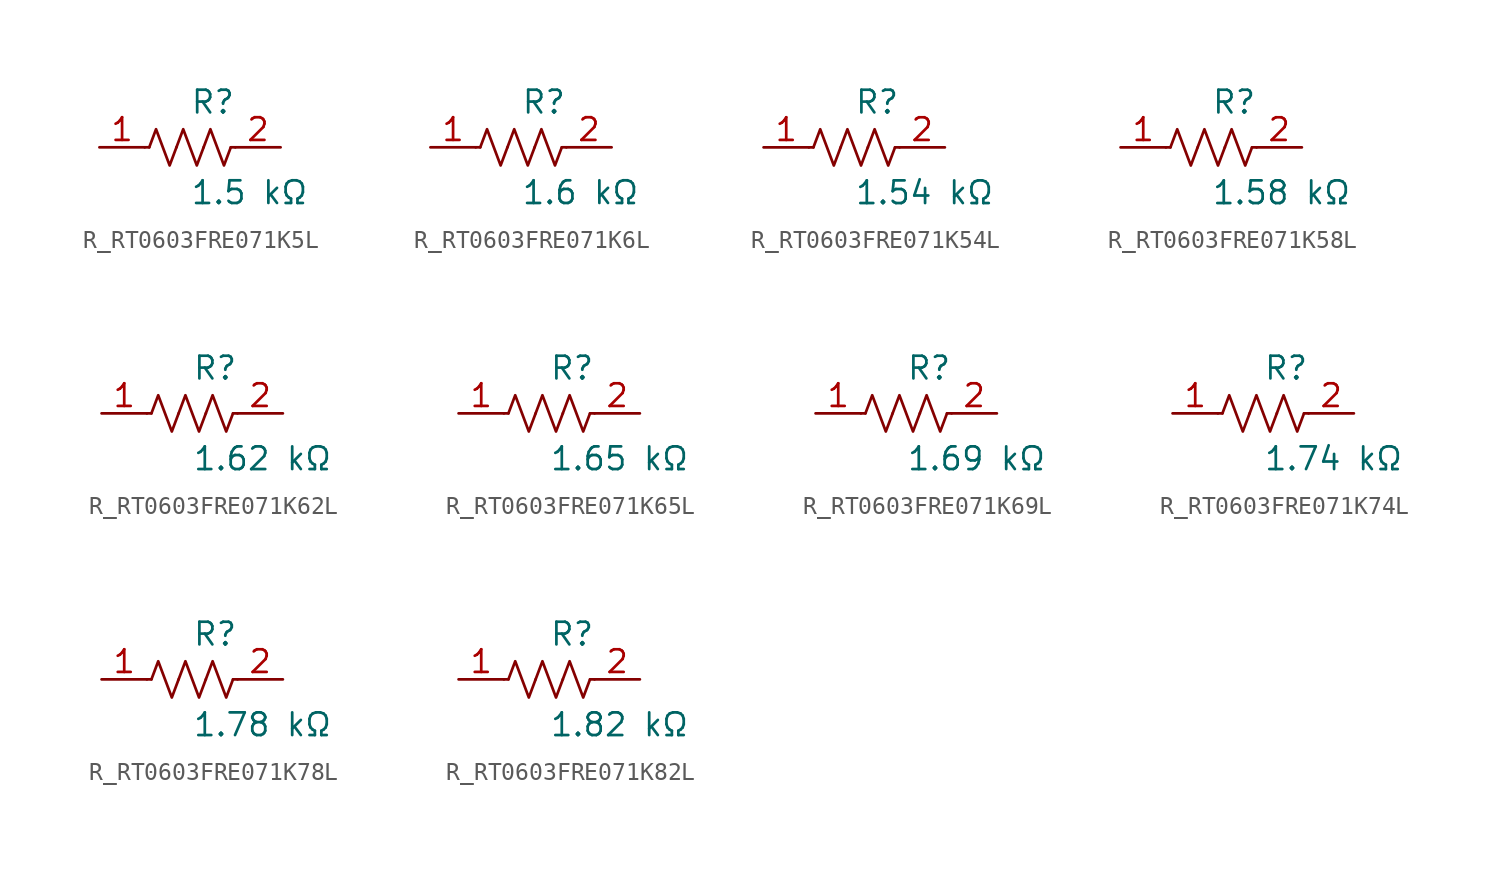
<source format=kicad_sym>
(kicad_symbol_lib
  (version 20231120)
  (generator kicad_symbol_editor)
  (generator_version 8.0)
  (symbol "R_RT0603FRE071K5L"
    (pin_names
      (offset 0.254))
    (property "Reference" "R"
      (at 0.0 2.54 0)
      (effects (font (size 1.27 1.27)) (justify left)))
    (property "Value" "1.5 kΩ"
      (at 0.0 -2.54 0)
      (effects (font (size 1.27 1.27)) (justify left)))
    (symbol "R_RT0603FRE071K5L_0_1"
      (polyline (pts (xy 2.286 0) (xy 2.54 0)) (stroke (width 0) (type default)) (fill (type none)))
      (polyline (pts (xy -2.286 0) (xy -2.54 0)) (stroke (width 0) (type default)) (fill (type none)))
      (polyline (pts (xy 0.762 0) (xy 1.143 1.016) (xy 1.524 0) (xy 1.905 -1.016) (xy 2.286 0)) (stroke (width 0) (type default)) (fill (type none)))
      (polyline (pts (xy -0.762 0) (xy -0.381 1.016) (xy 0 0) (xy 0.381 -1.016) (xy 0.762 0)) (stroke (width 0) (type default)) (fill (type none)))
      (polyline (pts (xy -2.286 0) (xy -1.905 1.016) (xy -1.524 0) (xy -1.143 -1.016) (xy -0.762 0)) (stroke (width 0) (type default)) (fill (type none))))
    (pin unspecified line
      (at -5.08 0 0)
      (length 2.54)
      (name "" (effects (font (size 1.27 1.27))))
      (number "1" (effects (font (size 1.27 1.27)))))
    (pin unspecified line
      (at 5.08 0 180)
      (length 2.54)
      (name "" (effects (font (size 1.27 1.27))))
      (number "2" (effects (font (size 1.27 1.27))))))
  (symbol "R_RT0603FRE071K6L"
    (pin_names
      (offset 0.254))
    (property "Reference" "R"
      (at 0.0 2.54 0)
      (effects (font (size 1.27 1.27)) (justify left)))
    (property "Value" "1.6 kΩ"
      (at 0.0 -2.54 0)
      (effects (font (size 1.27 1.27)) (justify left)))
    (symbol "R_RT0603FRE071K6L_0_1"
      (polyline (pts (xy 2.286 0) (xy 2.54 0)) (stroke (width 0) (type default)) (fill (type none)))
      (polyline (pts (xy -2.286 0) (xy -2.54 0)) (stroke (width 0) (type default)) (fill (type none)))
      (polyline (pts (xy 0.762 0) (xy 1.143 1.016) (xy 1.524 0) (xy 1.905 -1.016) (xy 2.286 0)) (stroke (width 0) (type default)) (fill (type none)))
      (polyline (pts (xy -0.762 0) (xy -0.381 1.016) (xy 0 0) (xy 0.381 -1.016) (xy 0.762 0)) (stroke (width 0) (type default)) (fill (type none)))
      (polyline (pts (xy -2.286 0) (xy -1.905 1.016) (xy -1.524 0) (xy -1.143 -1.016) (xy -0.762 0)) (stroke (width 0) (type default)) (fill (type none))))
    (pin unspecified line
      (at -5.08 0 0)
      (length 2.54)
      (name "" (effects (font (size 1.27 1.27))))
      (number "1" (effects (font (size 1.27 1.27)))))
    (pin unspecified line
      (at 5.08 0 180)
      (length 2.54)
      (name "" (effects (font (size 1.27 1.27))))
      (number "2" (effects (font (size 1.27 1.27))))))
  (symbol "R_RT0603FRE071K54L"
    (pin_names
      (offset 0.254))
    (property "Reference" "R"
      (at 0.0 2.54 0)
      (effects (font (size 1.27 1.27)) (justify left)))
    (property "Value" "1.54 kΩ"
      (at 0.0 -2.54 0)
      (effects (font (size 1.27 1.27)) (justify left)))
    (symbol "R_RT0603FRE071K54L_0_1"
      (polyline (pts (xy 2.286 0) (xy 2.54 0)) (stroke (width 0) (type default)) (fill (type none)))
      (polyline (pts (xy -2.286 0) (xy -2.54 0)) (stroke (width 0) (type default)) (fill (type none)))
      (polyline (pts (xy 0.762 0) (xy 1.143 1.016) (xy 1.524 0) (xy 1.905 -1.016) (xy 2.286 0)) (stroke (width 0) (type default)) (fill (type none)))
      (polyline (pts (xy -0.762 0) (xy -0.381 1.016) (xy 0 0) (xy 0.381 -1.016) (xy 0.762 0)) (stroke (width 0) (type default)) (fill (type none)))
      (polyline (pts (xy -2.286 0) (xy -1.905 1.016) (xy -1.524 0) (xy -1.143 -1.016) (xy -0.762 0)) (stroke (width 0) (type default)) (fill (type none))))
    (pin unspecified line
      (at -5.08 0 0)
      (length 2.54)
      (name "" (effects (font (size 1.27 1.27))))
      (number "1" (effects (font (size 1.27 1.27)))))
    (pin unspecified line
      (at 5.08 0 180)
      (length 2.54)
      (name "" (effects (font (size 1.27 1.27))))
      (number "2" (effects (font (size 1.27 1.27))))))
  (symbol "R_RT0603FRE071K58L"
    (pin_names
      (offset 0.254))
    (property "Reference" "R"
      (at 0.0 2.54 0)
      (effects (font (size 1.27 1.27)) (justify left)))
    (property "Value" "1.58 kΩ"
      (at 0.0 -2.54 0)
      (effects (font (size 1.27 1.27)) (justify left)))
    (symbol "R_RT0603FRE071K58L_0_1"
      (polyline (pts (xy 2.286 0) (xy 2.54 0)) (stroke (width 0) (type default)) (fill (type none)))
      (polyline (pts (xy -2.286 0) (xy -2.54 0)) (stroke (width 0) (type default)) (fill (type none)))
      (polyline (pts (xy 0.762 0) (xy 1.143 1.016) (xy 1.524 0) (xy 1.905 -1.016) (xy 2.286 0)) (stroke (width 0) (type default)) (fill (type none)))
      (polyline (pts (xy -0.762 0) (xy -0.381 1.016) (xy 0 0) (xy 0.381 -1.016) (xy 0.762 0)) (stroke (width 0) (type default)) (fill (type none)))
      (polyline (pts (xy -2.286 0) (xy -1.905 1.016) (xy -1.524 0) (xy -1.143 -1.016) (xy -0.762 0)) (stroke (width 0) (type default)) (fill (type none))))
    (pin unspecified line
      (at -5.08 0 0)
      (length 2.54)
      (name "" (effects (font (size 1.27 1.27))))
      (number "1" (effects (font (size 1.27 1.27)))))
    (pin unspecified line
      (at 5.08 0 180)
      (length 2.54)
      (name "" (effects (font (size 1.27 1.27))))
      (number "2" (effects (font (size 1.27 1.27))))))
  (symbol "R_RT0603FRE071K62L"
    (pin_names
      (offset 0.254))
    (property "Reference" "R"
      (at 0.0 2.54 0)
      (effects (font (size 1.27 1.27)) (justify left)))
    (property "Value" "1.62 kΩ"
      (at 0.0 -2.54 0)
      (effects (font (size 1.27 1.27)) (justify left)))
    (symbol "R_RT0603FRE071K62L_0_1"
      (polyline (pts (xy 2.286 0) (xy 2.54 0)) (stroke (width 0) (type default)) (fill (type none)))
      (polyline (pts (xy -2.286 0) (xy -2.54 0)) (stroke (width 0) (type default)) (fill (type none)))
      (polyline (pts (xy 0.762 0) (xy 1.143 1.016) (xy 1.524 0) (xy 1.905 -1.016) (xy 2.286 0)) (stroke (width 0) (type default)) (fill (type none)))
      (polyline (pts (xy -0.762 0) (xy -0.381 1.016) (xy 0 0) (xy 0.381 -1.016) (xy 0.762 0)) (stroke (width 0) (type default)) (fill (type none)))
      (polyline (pts (xy -2.286 0) (xy -1.905 1.016) (xy -1.524 0) (xy -1.143 -1.016) (xy -0.762 0)) (stroke (width 0) (type default)) (fill (type none))))
    (pin unspecified line
      (at -5.08 0 0)
      (length 2.54)
      (name "" (effects (font (size 1.27 1.27))))
      (number "1" (effects (font (size 1.27 1.27)))))
    (pin unspecified line
      (at 5.08 0 180)
      (length 2.54)
      (name "" (effects (font (size 1.27 1.27))))
      (number "2" (effects (font (size 1.27 1.27))))))
  (symbol "R_RT0603FRE071K65L"
    (pin_names
      (offset 0.254))
    (property "Reference" "R"
      (at 0.0 2.54 0)
      (effects (font (size 1.27 1.27)) (justify left)))
    (property "Value" "1.65 kΩ"
      (at 0.0 -2.54 0)
      (effects (font (size 1.27 1.27)) (justify left)))
    (symbol "R_RT0603FRE071K65L_0_1"
      (polyline (pts (xy 2.286 0) (xy 2.54 0)) (stroke (width 0) (type default)) (fill (type none)))
      (polyline (pts (xy -2.286 0) (xy -2.54 0)) (stroke (width 0) (type default)) (fill (type none)))
      (polyline (pts (xy 0.762 0) (xy 1.143 1.016) (xy 1.524 0) (xy 1.905 -1.016) (xy 2.286 0)) (stroke (width 0) (type default)) (fill (type none)))
      (polyline (pts (xy -0.762 0) (xy -0.381 1.016) (xy 0 0) (xy 0.381 -1.016) (xy 0.762 0)) (stroke (width 0) (type default)) (fill (type none)))
      (polyline (pts (xy -2.286 0) (xy -1.905 1.016) (xy -1.524 0) (xy -1.143 -1.016) (xy -0.762 0)) (stroke (width 0) (type default)) (fill (type none))))
    (pin unspecified line
      (at -5.08 0 0)
      (length 2.54)
      (name "" (effects (font (size 1.27 1.27))))
      (number "1" (effects (font (size 1.27 1.27)))))
    (pin unspecified line
      (at 5.08 0 180)
      (length 2.54)
      (name "" (effects (font (size 1.27 1.27))))
      (number "2" (effects (font (size 1.27 1.27))))))
  (symbol "R_RT0603FRE071K69L"
    (pin_names
      (offset 0.254))
    (property "Reference" "R"
      (at 0.0 2.54 0)
      (effects (font (size 1.27 1.27)) (justify left)))
    (property "Value" "1.69 kΩ"
      (at 0.0 -2.54 0)
      (effects (font (size 1.27 1.27)) (justify left)))
    (symbol "R_RT0603FRE071K69L_0_1"
      (polyline (pts (xy 2.286 0) (xy 2.54 0)) (stroke (width 0) (type default)) (fill (type none)))
      (polyline (pts (xy -2.286 0) (xy -2.54 0)) (stroke (width 0) (type default)) (fill (type none)))
      (polyline (pts (xy 0.762 0) (xy 1.143 1.016) (xy 1.524 0) (xy 1.905 -1.016) (xy 2.286 0)) (stroke (width 0) (type default)) (fill (type none)))
      (polyline (pts (xy -0.762 0) (xy -0.381 1.016) (xy 0 0) (xy 0.381 -1.016) (xy 0.762 0)) (stroke (width 0) (type default)) (fill (type none)))
      (polyline (pts (xy -2.286 0) (xy -1.905 1.016) (xy -1.524 0) (xy -1.143 -1.016) (xy -0.762 0)) (stroke (width 0) (type default)) (fill (type none))))
    (pin unspecified line
      (at -5.08 0 0)
      (length 2.54)
      (name "" (effects (font (size 1.27 1.27))))
      (number "1" (effects (font (size 1.27 1.27)))))
    (pin unspecified line
      (at 5.08 0 180)
      (length 2.54)
      (name "" (effects (font (size 1.27 1.27))))
      (number "2" (effects (font (size 1.27 1.27))))))
  (symbol "R_RT0603FRE071K74L"
    (pin_names
      (offset 0.254))
    (property "Reference" "R"
      (at 0.0 2.54 0)
      (effects (font (size 1.27 1.27)) (justify left)))
    (property "Value" "1.74 kΩ"
      (at 0.0 -2.54 0)
      (effects (font (size 1.27 1.27)) (justify left)))
    (symbol "R_RT0603FRE071K74L_0_1"
      (polyline (pts (xy 2.286 0) (xy 2.54 0)) (stroke (width 0) (type default)) (fill (type none)))
      (polyline (pts (xy -2.286 0) (xy -2.54 0)) (stroke (width 0) (type default)) (fill (type none)))
      (polyline (pts (xy 0.762 0) (xy 1.143 1.016) (xy 1.524 0) (xy 1.905 -1.016) (xy 2.286 0)) (stroke (width 0) (type default)) (fill (type none)))
      (polyline (pts (xy -0.762 0) (xy -0.381 1.016) (xy 0 0) (xy 0.381 -1.016) (xy 0.762 0)) (stroke (width 0) (type default)) (fill (type none)))
      (polyline (pts (xy -2.286 0) (xy -1.905 1.016) (xy -1.524 0) (xy -1.143 -1.016) (xy -0.762 0)) (stroke (width 0) (type default)) (fill (type none))))
    (pin unspecified line
      (at -5.08 0 0)
      (length 2.54)
      (name "" (effects (font (size 1.27 1.27))))
      (number "1" (effects (font (size 1.27 1.27)))))
    (pin unspecified line
      (at 5.08 0 180)
      (length 2.54)
      (name "" (effects (font (size 1.27 1.27))))
      (number "2" (effects (font (size 1.27 1.27))))))
  (symbol "R_RT0603FRE071K78L"
    (pin_names
      (offset 0.254))
    (property "Reference" "R"
      (at 0.0 2.54 0)
      (effects (font (size 1.27 1.27)) (justify left)))
    (property "Value" "1.78 kΩ"
      (at 0.0 -2.54 0)
      (effects (font (size 1.27 1.27)) (justify left)))
    (symbol "R_RT0603FRE071K78L_0_1"
      (polyline (pts (xy 2.286 0) (xy 2.54 0)) (stroke (width 0) (type default)) (fill (type none)))
      (polyline (pts (xy -2.286 0) (xy -2.54 0)) (stroke (width 0) (type default)) (fill (type none)))
      (polyline (pts (xy 0.762 0) (xy 1.143 1.016) (xy 1.524 0) (xy 1.905 -1.016) (xy 2.286 0)) (stroke (width 0) (type default)) (fill (type none)))
      (polyline (pts (xy -0.762 0) (xy -0.381 1.016) (xy 0 0) (xy 0.381 -1.016) (xy 0.762 0)) (stroke (width 0) (type default)) (fill (type none)))
      (polyline (pts (xy -2.286 0) (xy -1.905 1.016) (xy -1.524 0) (xy -1.143 -1.016) (xy -0.762 0)) (stroke (width 0) (type default)) (fill (type none))))
    (pin unspecified line
      (at -5.08 0 0)
      (length 2.54)
      (name "" (effects (font (size 1.27 1.27))))
      (number "1" (effects (font (size 1.27 1.27)))))
    (pin unspecified line
      (at 5.08 0 180)
      (length 2.54)
      (name "" (effects (font (size 1.27 1.27))))
      (number "2" (effects (font (size 1.27 1.27))))))
  (symbol "R_RT0603FRE071K82L"
    (pin_names
      (offset 0.254))
    (property "Reference" "R"
      (at 0.0 2.54 0)
      (effects (font (size 1.27 1.27)) (justify left)))
    (property "Value" "1.82 kΩ"
      (at 0.0 -2.54 0)
      (effects (font (size 1.27 1.27)) (justify left)))
    (symbol "R_RT0603FRE071K82L_0_1"
      (polyline (pts (xy 2.286 0) (xy 2.54 0)) (stroke (width 0) (type default)) (fill (type none)))
      (polyline (pts (xy -2.286 0) (xy -2.54 0)) (stroke (width 0) (type default)) (fill (type none)))
      (polyline (pts (xy 0.762 0) (xy 1.143 1.016) (xy 1.524 0) (xy 1.905 -1.016) (xy 2.286 0)) (stroke (width 0) (type default)) (fill (type none)))
      (polyline (pts (xy -0.762 0) (xy -0.381 1.016) (xy 0 0) (xy 0.381 -1.016) (xy 0.762 0)) (stroke (width 0) (type default)) (fill (type none)))
      (polyline (pts (xy -2.286 0) (xy -1.905 1.016) (xy -1.524 0) (xy -1.143 -1.016) (xy -0.762 0)) (stroke (width 0) (type default)) (fill (type none))))
    (pin unspecified line
      (at -5.08 0 0)
      (length 2.54)
      (name "" (effects (font (size 1.27 1.27))))
      (number "1" (effects (font (size 1.27 1.27)))))
    (pin unspecified line
      (at 5.08 0 180)
      (length 2.54)
      (name "" (effects (font (size 1.27 1.27))))
      (number "2" (effects (font (size 1.27 1.27)))))))
</source>
